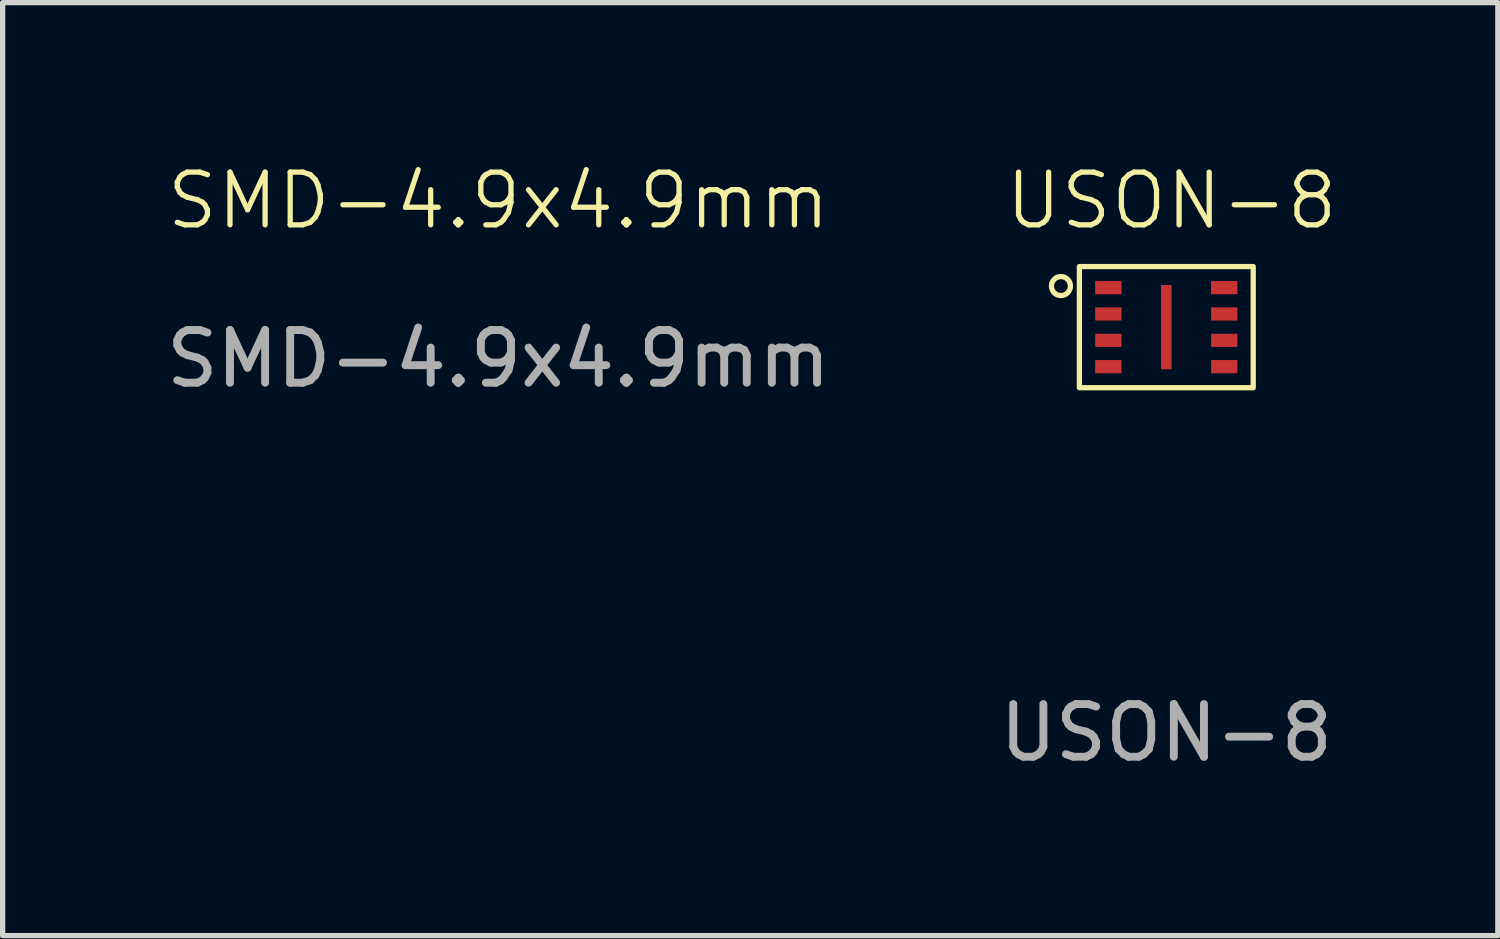
<source format=kicad_pcb>
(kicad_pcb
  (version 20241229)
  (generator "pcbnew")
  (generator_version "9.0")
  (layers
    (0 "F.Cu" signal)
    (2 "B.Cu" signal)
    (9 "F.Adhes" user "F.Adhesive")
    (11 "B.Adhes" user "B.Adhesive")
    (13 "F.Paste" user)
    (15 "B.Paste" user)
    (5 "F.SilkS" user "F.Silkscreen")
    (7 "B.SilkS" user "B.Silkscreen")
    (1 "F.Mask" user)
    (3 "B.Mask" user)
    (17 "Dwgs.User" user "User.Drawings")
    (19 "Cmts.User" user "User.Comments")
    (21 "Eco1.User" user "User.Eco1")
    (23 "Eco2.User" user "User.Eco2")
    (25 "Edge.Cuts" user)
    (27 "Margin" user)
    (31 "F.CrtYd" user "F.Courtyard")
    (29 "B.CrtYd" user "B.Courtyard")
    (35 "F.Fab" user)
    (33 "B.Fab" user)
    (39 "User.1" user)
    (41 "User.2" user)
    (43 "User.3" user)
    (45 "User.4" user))
  (footprint "SMD-4.9x4.9mm"
    (layer "F.Cu")
    (at 6.411 1.26)
    (property "Reference" "SMD-4.9x4.9mm" (at 0 -0.5 0) (unlocked yes) (layer "F.SilkS") (effects (font (size 1 1) (thickness 0.1))))
    (attr smd)
    (fp_text user "${REFERENCE}" (at 0 2.5 0) (unlocked yes) (layer "F.Fab") (effects (font (size 1 1) (thickness 0.15)))))
  (footprint "USON-8"
    (layer "F.Cu")
    (at 19.089 3.16)
    (property "Reference" "USON-8" (at 0.1 -2.4 0) (unlocked yes) (layer "F.SilkS") (effects (font (size 1 1) (thickness 0.1))))
    (attr smd)
    (fp_rect (start -1.65 -1.15) (end 1.65 1.15) (stroke (width 0.1) (type default)) (fill no) (layer "F.SilkS"))
    (fp_circle (center -2 -0.78) (end -2.15 -0.68) (stroke (width 0.1) (type default)) (fill no) (layer "F.SilkS"))
    (fp_line (start 0 -1) (end 0 -0.8) (stroke (width 0.01) (type default)) (layer "User.1"))
    (fp_line (start 0 0) (end -1.5 0) (stroke (width 0.01) (type default)) (layer "User.1"))
    (fp_line (start 0 0) (end 0 1) (stroke (width 0.01) (type default)) (layer "User.1"))
    (fp_rect (start -1.5 -1) (end 1.5 1) (stroke (width 0.01) (type default)) (fill no) (layer "User.1"))
    (fp_text user "${REFERENCE}" (at 0 7.7 0) (unlocked yes) (layer "F.Fab") (effects (font (size 1 1) (thickness 0.15))))
    (pad "1" smd rect (at -1.1 -0.75 90) (size 0.25 0.5) (layers "F.Cu" "F.Mask" "F.Paste"))
    (pad "2" smd rect (at -1.1 -0.25 90) (size 0.25 0.5) (layers "F.Cu" "F.Mask" "F.Paste"))
    (pad "3" smd rect (at -1.1 0.25 90) (size 0.25 0.5) (layers "F.Cu" "F.Mask" "F.Paste"))
    (pad "4" smd rect (at -1.1 0.75 90) (size 0.25 0.5) (layers "F.Cu" "F.Mask" "F.Paste"))
    (pad "5" smd rect (at 1.1 0.75 90) (size 0.25 0.5) (layers "F.Cu" "F.Mask" "F.Paste"))
    (pad "6" smd rect (at 1.1 0.25 90) (size 0.25 0.5) (layers "F.Cu" "F.Mask" "F.Paste"))
    (pad "7" smd rect (at 1.1 -0.25 90) (size 0.25 0.5) (layers "F.Cu" "F.Mask" "F.Paste"))
    (pad "8" smd rect (at 1.1 -0.75 90) (size 0.25 0.5) (layers "F.Cu" "F.Mask" "F.Paste"))
    (pad "nc" smd rect (at 0 0 180) (size 0.2 1.6) (layers "F.Cu" "F.Mask" "F.Paste")))
  (gr_rect
    (start -3 -3)
    (end 25.382 14.709)
    (stroke (width 0.1) (type default))
    (fill no)
    (layer "Edge.Cuts")))
</source>
